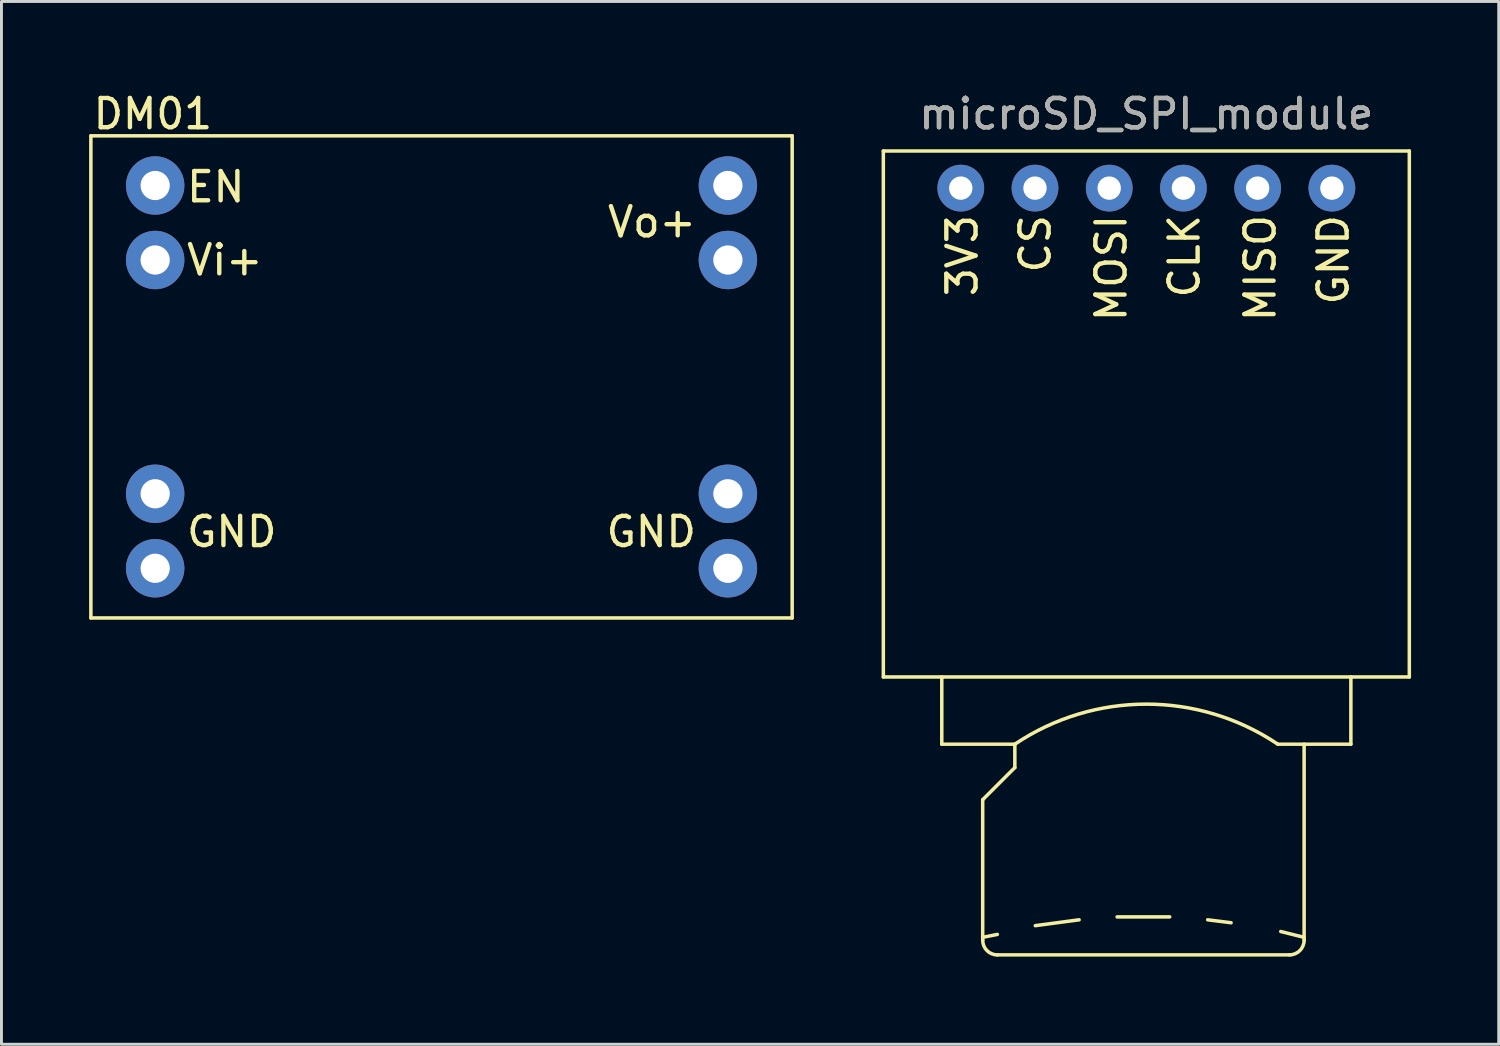
<source format=kicad_pcb>
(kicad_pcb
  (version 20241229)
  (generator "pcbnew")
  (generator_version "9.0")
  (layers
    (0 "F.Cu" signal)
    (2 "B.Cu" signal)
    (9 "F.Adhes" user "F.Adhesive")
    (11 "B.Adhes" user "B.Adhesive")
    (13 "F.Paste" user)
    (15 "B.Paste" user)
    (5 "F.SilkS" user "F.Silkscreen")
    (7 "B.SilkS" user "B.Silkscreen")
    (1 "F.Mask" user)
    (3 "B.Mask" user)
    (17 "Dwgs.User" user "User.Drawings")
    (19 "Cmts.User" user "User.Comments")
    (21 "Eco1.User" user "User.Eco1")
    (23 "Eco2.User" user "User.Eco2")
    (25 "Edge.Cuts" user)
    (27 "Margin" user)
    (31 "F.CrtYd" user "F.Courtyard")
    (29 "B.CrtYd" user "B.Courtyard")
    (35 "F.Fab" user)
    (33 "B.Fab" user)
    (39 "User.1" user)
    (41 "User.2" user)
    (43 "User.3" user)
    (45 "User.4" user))
  (footprint "microSD_SPI_module"
    (layer "F.Cu")
    (at 36.18 2.118)
    (property "Reference" "microSD_SPI_module" (at 0 -1.27 0) (layer "F.SilkS") (effects (font (size 1 1) (thickness 0.15))))
    (attr smd)
    (fp_line (start -9 0) (end -9 18) (stroke (width 0.12) (type solid)) (layer "F.SilkS"))
    (fp_line (start -7 18) (end -7 20.3) (stroke (width 0.12) (type solid)) (layer "F.SilkS"))
    (fp_line (start -7 20.3) (end -4.5 20.3) (stroke (width 0.12) (type solid)) (layer "F.SilkS"))
    (fp_line (start -5.6 22.2) (end -5.6 27.01) (stroke (width 0.12) (type solid)) (layer "F.SilkS"))
    (fp_line (start -5.6 22.2) (end -4.5 21.1) (stroke (width 0.12) (type solid)) (layer "F.SilkS"))
    (fp_line (start -5.1 26.81) (end -5.6 26.91) (stroke (width 0.12) (type solid)) (layer "F.SilkS"))
    (fp_line (start -4.5 21.1) (end -4.5 20.3) (stroke (width 0.12) (type solid)) (layer "F.SilkS"))
    (fp_line (start -2.3 26.31) (end -3.8 26.51) (stroke (width 0.12) (type solid)) (layer "F.SilkS"))
    (fp_line (start 0.8 26.21) (end -1 26.21) (stroke (width 0.12) (type solid)) (layer "F.SilkS"))
    (fp_line (start 2.9 26.41) (end 2.1 26.31) (stroke (width 0.12) (type solid)) (layer "F.SilkS"))
    (fp_line (start 4.9 27.51) (end -5.1 27.51) (stroke (width 0.12) (type solid)) (layer "F.SilkS"))
    (fp_line (start 5.4 20.3) (end 5.4 27.01) (stroke (width 0.12) (type solid)) (layer "F.SilkS"))
    (fp_line (start 5.4 26.91) (end 4.6 26.71) (stroke (width 0.12) (type solid)) (layer "F.SilkS"))
    (fp_line (start 7 18) (end 7 20.3) (stroke (width 0.12) (type solid)) (layer "F.SilkS"))
    (fp_line (start 7 20.3) (end 4.5 20.3) (stroke (width 0.12) (type solid)) (layer "F.SilkS"))
    (fp_line (start 9 0) (end -9 0) (stroke (width 0.12) (type solid)) (layer "F.SilkS"))
    (fp_line (start 9 0) (end 9 18) (stroke (width 0.12) (type solid)) (layer "F.SilkS"))
    (fp_line (start 9 18) (end -9 18) (stroke (width 0.12) (type solid)) (layer "F.SilkS"))
    (fp_arc (start -5.1 27.51) (mid -5.453553 27.363553) (end -5.6 27.01) (stroke (width 0.12) (type solid)) (layer "F.SilkS"))
    (fp_arc (start -4.499999 20.300001) (mid 0 18.929066) (end 4.499999 20.300001) (stroke (width 0.12) (type solid)) (layer "F.SilkS"))
    (fp_arc (start 5.4 27.01) (mid 5.253553 27.363553) (end 4.9 27.51) (stroke (width 0.12) (type solid)) (layer "F.SilkS"))
    (fp_text user "MOSI" (at -1.2 2.1 90) (layer "F.SilkS") (effects (font (size 1 1) (thickness 0.15)) (justify right)))
    (fp_text user "CS" (at -3.8 2.1 90) (layer "F.SilkS") (effects (font (size 1 1) (thickness 0.15)) (justify right)))
    (fp_text user "CLK" (at 1.3 2.1 90) (layer "F.SilkS") (effects (font (size 1 1) (thickness 0.15)) (justify right)))
    (fp_text user "3V3" (at -6.3 2.1 90) (layer "F.SilkS") (effects (font (size 1 1) (thickness 0.15)) (justify right)))
    (fp_text user "GND" (at 6.4 2.1 90) (layer "F.SilkS") (effects (font (size 1 1) (thickness 0.15)) (justify right)))
    (fp_text user "MISO" (at 3.9 2.1 90) (layer "F.SilkS") (effects (font (size 1 1) (thickness 0.15)) (justify right)))
    (fp_text user "${REFERENCE}" (at 0 -1.27 0) (layer "F.Fab") (effects (font (size 1 1) (thickness 0.15))))
    (pad "1" thru_hole circle (at -6.35 1.27) (size 1.6 1.6) (drill 0.8) (layers "*.Cu" "*.Mask"))
    (pad "2" thru_hole circle (at -3.81 1.27) (size 1.6 1.6) (drill 0.8) (layers "*.Cu" "*.Mask"))
    (pad "3" thru_hole circle (at -1.27 1.27) (size 1.6 1.6) (drill 0.8) (layers "*.Cu" "*.Mask"))
    (pad "4" thru_hole circle (at 1.27 1.27) (size 1.6 1.6) (drill 0.8) (layers "*.Cu" "*.Mask"))
    (pad "5" thru_hole circle (at 3.81 1.27) (size 1.6 1.6) (drill 0.8) (layers "*.Cu" "*.Mask"))
    (pad "6" thru_hole circle (at 6.35 1.27) (size 1.6 1.6) (drill 0.8) (layers "*.Cu" "*.Mask")))
  (footprint "DM01"
    (layer "F.Cu")
    (at 12.06 9.848)
    (property "Reference" "DM01" (at -12 -9 0) (layer "F.SilkS") (effects (font (size 1 1) (thickness 0.15)) (justify left)))
    (attr through_hole)
    (fp_line (start -12 -8.25) (end 12 -8.25) (stroke (width 0.12) (type solid)) (layer "F.SilkS"))
    (fp_line (start -12 8.25) (end -12 -8.25) (stroke (width 0.12) (type solid)) (layer "F.SilkS"))
    (fp_line (start 12 -8.25) (end 12 8.25) (stroke (width 0.12) (type solid)) (layer "F.SilkS"))
    (fp_line (start 12 8.25) (end -12 8.25) (stroke (width 0.12) (type solid)) (layer "F.SilkS"))
    (fp_text user "Vo+" (at 8.8 -5.3 0) (layer "F.SilkS") (effects (font (size 1 1) (thickness 0.15)) (justify right)))
    (fp_text user "GND" (at -8.8 5.3 0) (layer "F.SilkS") (effects (font (size 1 1) (thickness 0.15)) (justify left)))
    (fp_text user "Vi+" (at -8.8 -4 0) (layer "F.SilkS") (effects (font (size 1 1) (thickness 0.15)) (justify left)))
    (fp_text user "EN" (at -8.8 -6.5 0) (layer "F.SilkS") (effects (font (size 1 1) (thickness 0.15)) (justify left)))
    (fp_text user "GND" (at 8.8 5.3 0) (layer "F.SilkS") (effects (font (size 1 1) (thickness 0.15)) (justify right)))
    (pad "1" thru_hole circle (at -9.8 -6.55) (size 2 2) (drill 1) (layers "*.Cu" "*.Mask"))
    (pad "2" thru_hole circle (at -9.8 -4) (size 2 2) (drill 1) (layers "*.Cu" "*.Mask"))
    (pad "3" thru_hole circle (at -9.8 4) (size 2 2) (drill 1) (layers "*.Cu" "*.Mask"))
    (pad "4" thru_hole circle (at -9.8 6.55) (size 2 2) (drill 1) (layers "*.Cu" "*.Mask"))
    (pad "5" thru_hole circle (at 9.8 6.55) (size 2 2) (drill 1) (layers "*.Cu" "*.Mask"))
    (pad "6" thru_hole circle (at 9.8 4) (size 2 2) (drill 1) (layers "*.Cu" "*.Mask"))
    (pad "7" thru_hole circle (at 9.8 -4) (size 2 2) (drill 1) (layers "*.Cu" "*.Mask"))
    (pad "8" thru_hole circle (at 9.8 -6.55) (size 2 2) (drill 1) (layers "*.Cu" "*.Mask")))
  (gr_rect
    (start -3 -3)
    (end 48.24 32.688)
    (stroke (width 0.1) (type default))
    (fill no)
    (layer "Edge.Cuts")))
</source>
